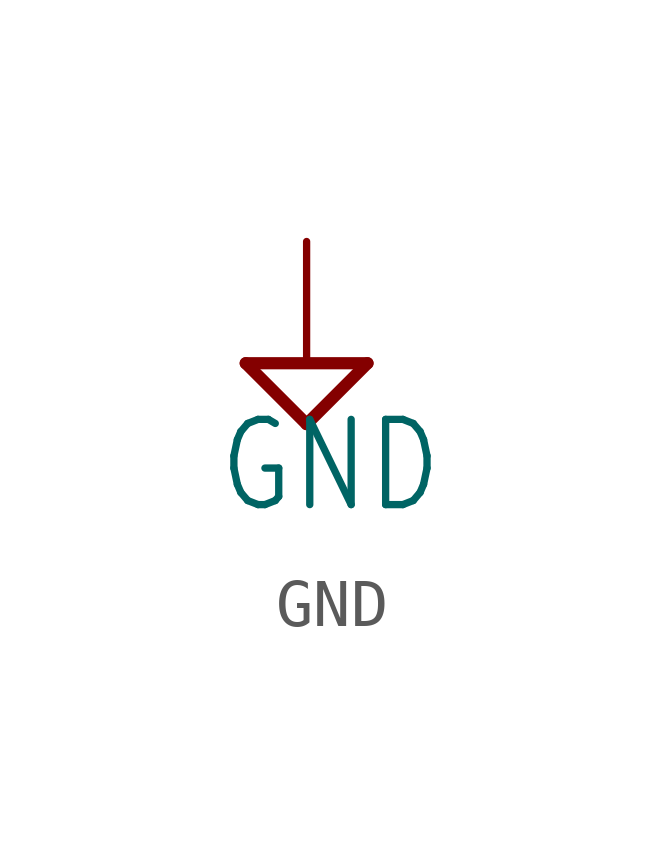
<source format=kicad_sym>
(kicad_symbol_lib
  (version 20220914)
  (generator kicad_symbol_editor)
  (symbol "GND"
    (power)
    (property "Reference" "#SUPPLY"
      (at 0 0 0)
      (effects (font (size 1.27 1.27)) hide))
    (property "Value" "GND"
      (at -1.905 -3.175 0)
      (effects (font (size 1.778 1.511)) (justify left bottom)))
    (property "ki_locked" ""
      (at 0 0 0)
      (effects (font (size 1.27 1.27))))
    (symbol "GND_1_0"
      (polyline (pts (xy -1.27 0) (xy 1.27 0)) (stroke (width 0.254) (type solid)) (fill (type none)))
      (polyline (pts (xy 0 -1.27) (xy -1.27 0)) (stroke (width 0.254) (type solid)) (fill (type none)))
      (polyline (pts (xy 1.27 0) (xy 0 -1.27)) (stroke (width 0.254) (type solid)) (fill (type none)))
      (pin power_in line (at 0 2.54 270) (length 2.54) (name "GND" (effects (font (size 0 0)))) (number "1" (effects (font (size 0 0))))))))
</source>
